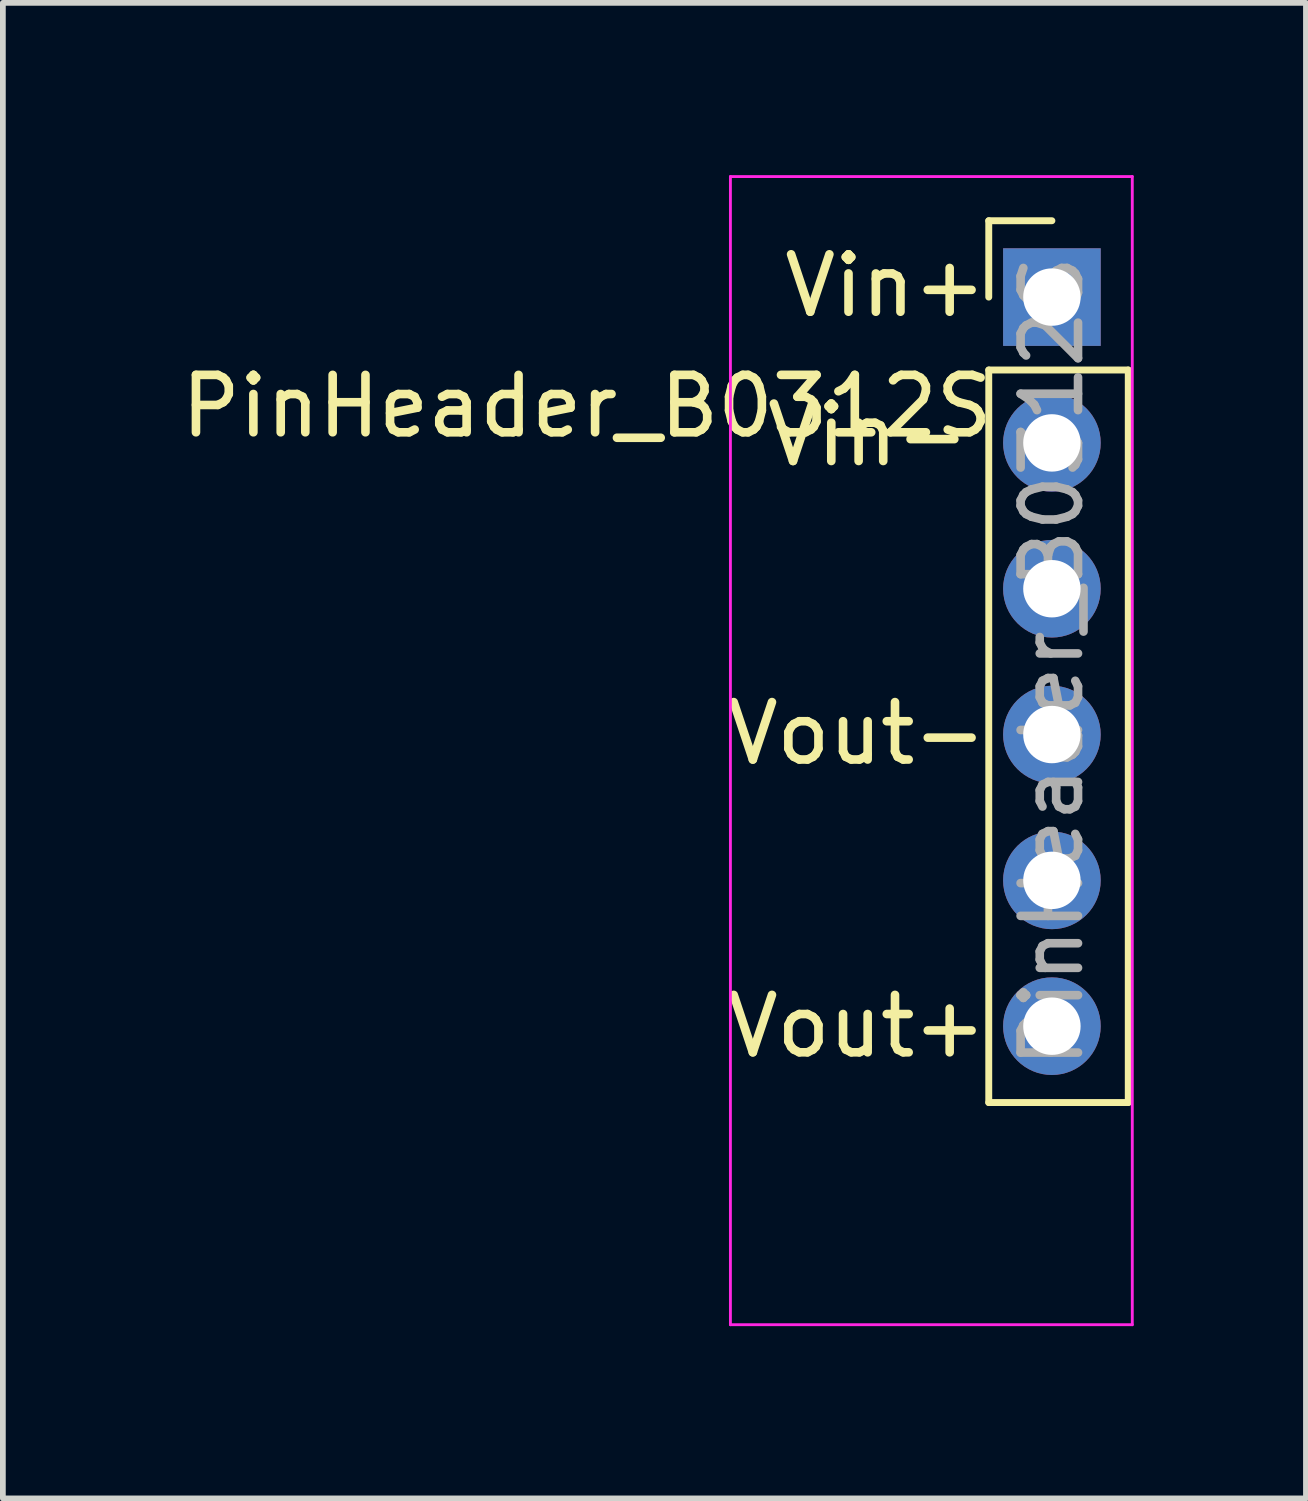
<source format=kicad_pcb>
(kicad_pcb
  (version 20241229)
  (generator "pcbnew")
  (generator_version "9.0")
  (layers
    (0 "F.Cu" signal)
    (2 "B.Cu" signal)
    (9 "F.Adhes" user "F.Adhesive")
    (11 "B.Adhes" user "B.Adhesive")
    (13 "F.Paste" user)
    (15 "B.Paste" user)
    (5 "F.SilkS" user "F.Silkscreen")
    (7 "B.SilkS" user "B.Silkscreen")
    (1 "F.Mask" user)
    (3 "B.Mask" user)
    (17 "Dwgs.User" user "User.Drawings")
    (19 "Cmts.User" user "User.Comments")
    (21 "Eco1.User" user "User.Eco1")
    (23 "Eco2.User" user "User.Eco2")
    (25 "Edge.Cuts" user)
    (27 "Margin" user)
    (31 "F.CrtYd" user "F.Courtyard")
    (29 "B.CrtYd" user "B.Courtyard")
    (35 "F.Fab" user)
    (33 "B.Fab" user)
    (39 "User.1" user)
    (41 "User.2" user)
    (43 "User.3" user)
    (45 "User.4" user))
  (footprint "PinHeader_B0312S"
    (layer "F.Cu")
    (at 11.473 5.525)
    (property "Reference" "PinHeader_B0312S" (at -4.3 -1.5 0) (layer "F.SilkS") (effects (font (size 1 1) (thickness 0.15))))
    (attr through_hole)
    (fp_line (start 2.7 -4.73) (end 3.8 -4.73) (stroke (width 0.12) (type solid)) (layer "F.SilkS"))
    (fp_line (start 2.7 -3.4) (end 2.7 -4.73) (stroke (width 0.12) (type solid)) (layer "F.SilkS"))
    (fp_line (start 2.7 -2.13) (end 2.7 10.63) (stroke (width 0.12) (type solid)) (layer "F.SilkS"))
    (fp_line (start 2.7 -2.13) (end 5.13 -2.13) (stroke (width 0.12) (type solid)) (layer "F.SilkS"))
    (fp_line (start 2.7 10.63) (end 5.13 10.63) (stroke (width 0.12) (type solid)) (layer "F.SilkS"))
    (fp_line (start 5.13 -2.13) (end 5.13 10.63) (stroke (width 0.12) (type solid)) (layer "F.SilkS"))
    (fp_line (start -1.8 -5.5) (end -1.8 14.5) (stroke (width 0.05) (type solid)) (layer "F.CrtYd"))
    (fp_line (start -1.8 14.5) (end 5.2 14.5) (stroke (width 0.05) (type solid)) (layer "F.CrtYd"))
    (fp_line (start 5.2 -5.5) (end -1.8 -5.5) (stroke (width 0.05) (type solid)) (layer "F.CrtYd"))
    (fp_line (start 5.2 14.5) (end 5.2 -5.5) (stroke (width 0.05) (type solid)) (layer "F.CrtYd"))
    (fp_text user "Vout-" (at 0.4 4.2 0) (layer "F.SilkS") (effects (font (size 1 1) (thickness 0.15))))
    (fp_text user "Vout+" (at 0.4 9.3 0) (layer "F.SilkS") (effects (font (size 1 1) (thickness 0.15))))
    (fp_text user "Vin+" (at 0.9 -3.6 0) (layer "F.SilkS") (effects (font (size 1 1) (thickness 0.15))))
    (fp_text user "Vin-" (at 0.6 -1 0) (layer "F.SilkS") (effects (font (size 1 1) (thickness 0.15))))
    (fp_text user "${REFERENCE}" (at 3.8 2.95 90) (layer "F.Fab") (effects (font (size 1 1) (thickness 0.15))))
    (pad "1" thru_hole rect (at 3.8 -3.4) (size 1.7 1.7) (drill 1) (layers "*.Cu" "*.Mask"))
    (pad "2" thru_hole oval (at 3.8 -0.86) (size 1.7 1.7) (drill 1) (layers "*.Cu" "*.Mask"))
    (pad "3" thru_hole oval (at 3.8 1.68) (size 1.7 1.7) (drill 1) (layers "*.Cu" "*.Mask"))
    (pad "4" thru_hole oval (at 3.8 4.22) (size 1.7 1.7) (drill 1) (layers "*.Cu" "*.Mask"))
    (pad "5" thru_hole oval (at 3.8 6.76) (size 1.7 1.7) (drill 1) (layers "*.Cu" "*.Mask"))
    (pad "6" thru_hole oval (at 3.8 9.3) (size 1.7 1.7) (drill 1) (layers "*.Cu" "*.Mask")))
  (gr_rect
    (start -3 -3)
    (end 19.698 23.05)
    (stroke (width 0.1) (type default))
    (fill no)
    (layer "Edge.Cuts")))
</source>
